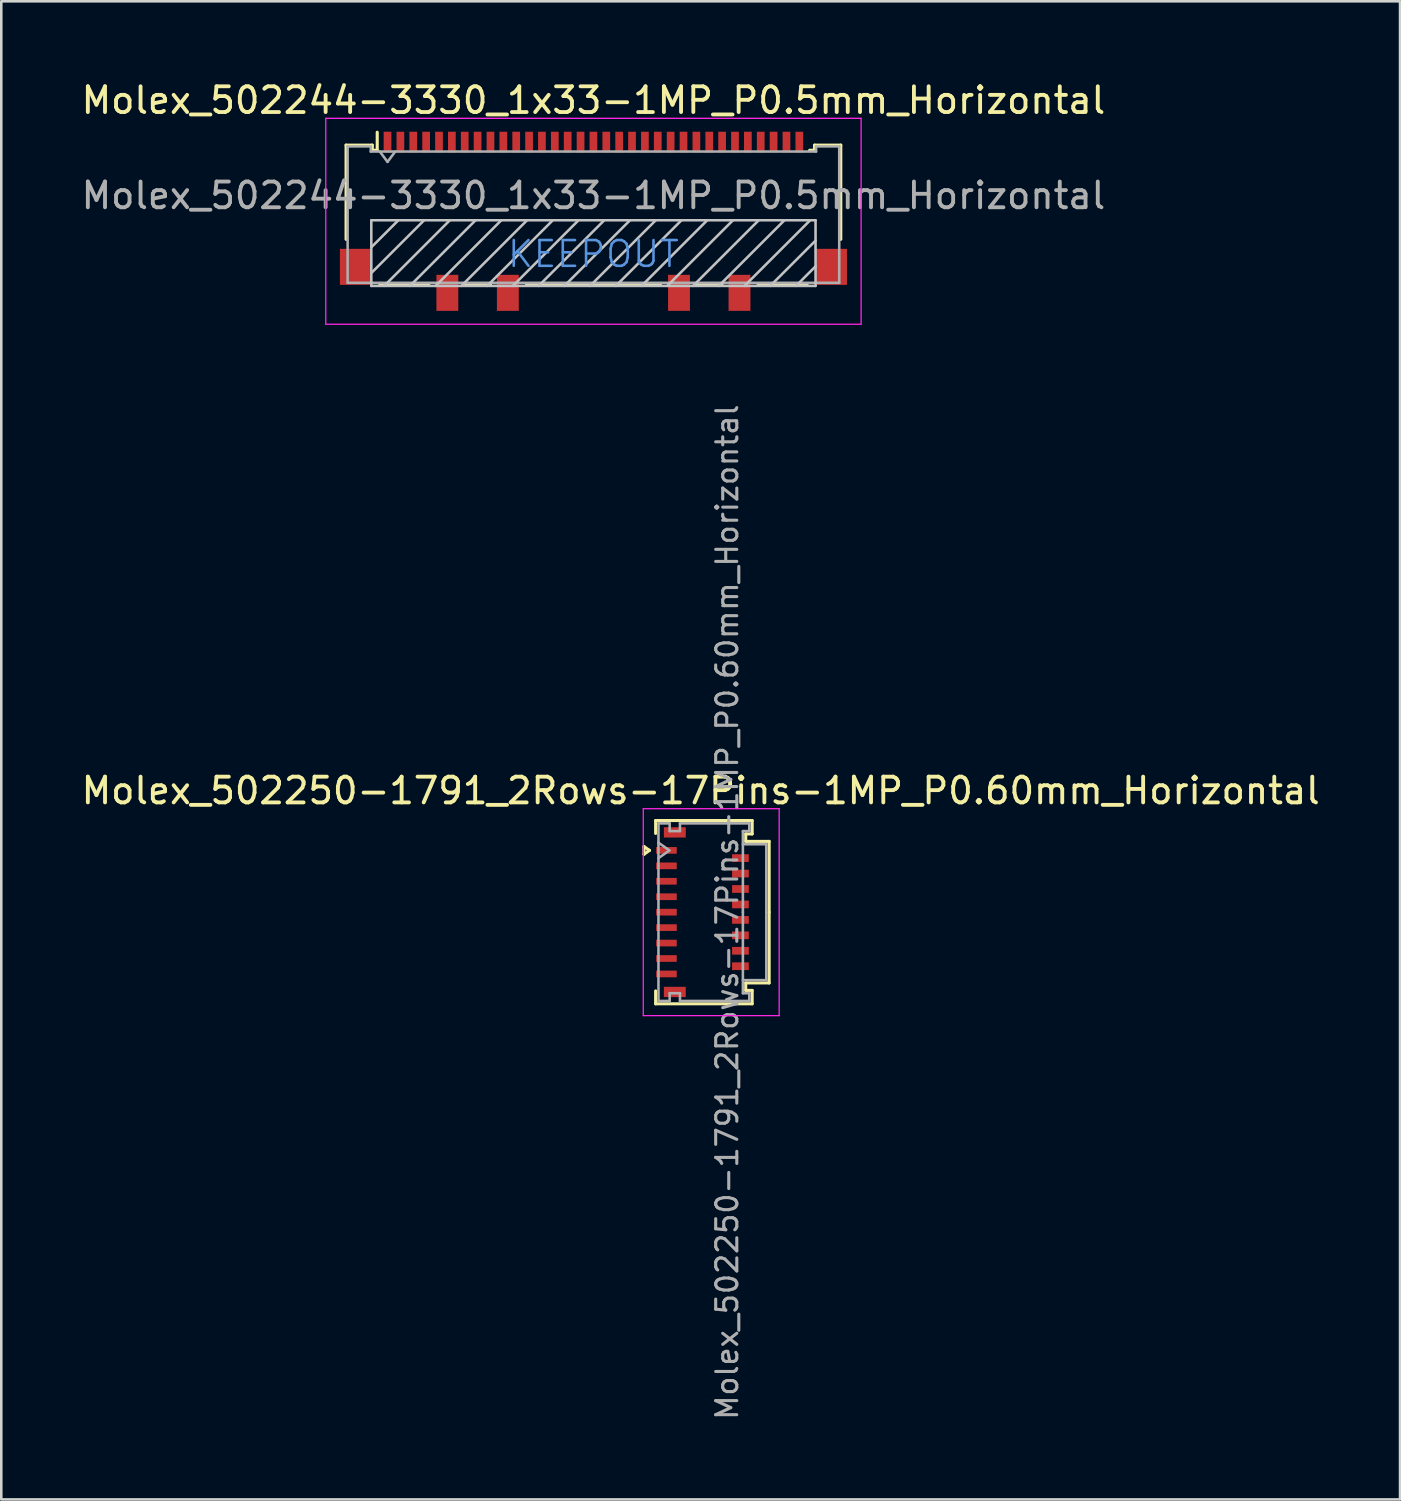
<source format=kicad_pcb>
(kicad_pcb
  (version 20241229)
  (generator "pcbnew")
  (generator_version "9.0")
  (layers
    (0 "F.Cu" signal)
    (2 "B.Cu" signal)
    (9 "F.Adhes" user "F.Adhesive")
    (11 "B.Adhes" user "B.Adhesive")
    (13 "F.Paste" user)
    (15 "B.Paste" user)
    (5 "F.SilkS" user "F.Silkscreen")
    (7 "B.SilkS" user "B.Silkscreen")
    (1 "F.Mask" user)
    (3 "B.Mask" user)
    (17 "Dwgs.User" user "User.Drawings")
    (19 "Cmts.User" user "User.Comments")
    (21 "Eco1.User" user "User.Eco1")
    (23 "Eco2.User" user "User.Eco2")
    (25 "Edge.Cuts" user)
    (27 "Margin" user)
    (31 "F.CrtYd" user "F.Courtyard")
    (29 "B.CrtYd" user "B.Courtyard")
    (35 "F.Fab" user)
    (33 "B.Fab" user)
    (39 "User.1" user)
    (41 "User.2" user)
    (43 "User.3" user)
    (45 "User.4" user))
  (footprint "Molex_502250-1791_2Rows-17Pins-1MP_P0.60mm_Horizontal"
    (layer "F.Cu")
    (at 24.243 32.39)
    (property "Reference" "Molex_502250-1791_2Rows-17Pins-1MP_P0.60mm_Horizontal" (at -0.07 -4.72 0) (layer "F.SilkS") (effects (font (size 1 1) (thickness 0.15))))
    (attr smd)
    (fp_line (start -2.272 -2.55) (end -2.06 -2.4) (stroke (width 0.12) (type solid)) (layer "F.SilkS"))
    (fp_line (start -2.272 -2.25) (end -2.272 -2.55) (stroke (width 0.12) (type solid)) (layer "F.SilkS"))
    (fp_line (start -2.06 -2.4) (end -2.272 -2.25) (stroke (width 0.12) (type solid)) (layer "F.SilkS"))
    (fp_line (start -1.82 -3.56) (end 1.93 -3.56) (stroke (width 0.12) (type solid)) (layer "F.SilkS"))
    (fp_line (start -1.82 -3.06) (end -1.82 -3.56) (stroke (width 0.12) (type solid)) (layer "F.SilkS"))
    (fp_line (start -1.82 3.06) (end -1.82 3.56) (stroke (width 0.12) (type solid)) (layer "F.SilkS"))
    (fp_line (start -1.82 3.56) (end 1.93 3.56) (stroke (width 0.12) (type solid)) (layer "F.SilkS"))
    (fp_line (start 1.68 -3.04) (end 1.68 -2.75) (stroke (width 0.12) (type solid)) (layer "F.SilkS"))
    (fp_line (start 1.68 -2.75) (end 2.59 -2.75) (stroke (width 0.12) (type solid)) (layer "F.SilkS"))
    (fp_line (start 1.68 2.75) (end 2.59 2.75) (stroke (width 0.12) (type solid)) (layer "F.SilkS"))
    (fp_line (start 1.68 3.04) (end 1.68 2.75) (stroke (width 0.12) (type solid)) (layer "F.SilkS"))
    (fp_line (start 1.93 -3.56) (end 1.93 -3.04) (stroke (width 0.12) (type solid)) (layer "F.SilkS"))
    (fp_line (start 1.93 -3.04) (end 1.68 -3.04) (stroke (width 0.12) (type solid)) (layer "F.SilkS"))
    (fp_line (start 1.93 3.04) (end 1.68 3.04) (stroke (width 0.12) (type solid)) (layer "F.SilkS"))
    (fp_line (start 1.93 3.56) (end 1.93 3.04) (stroke (width 0.12) (type solid)) (layer "F.SilkS"))
    (fp_line (start 2.59 -2.75) (end 2.59 0) (stroke (width 0.12) (type solid)) (layer "F.SilkS"))
    (fp_line (start 2.59 2.75) (end 2.59 0) (stroke (width 0.12) (type solid)) (layer "F.SilkS"))
    (fp_line (start -2.3 -4.02) (end -2.3 4.02) (stroke (width 0.05) (type solid)) (layer "F.CrtYd"))
    (fp_line (start -2.3 4.02) (end 2.98 4.02) (stroke (width 0.05) (type solid)) (layer "F.CrtYd"))
    (fp_line (start 2.98 -4.02) (end -2.3 -4.02) (stroke (width 0.05) (type solid)) (layer "F.CrtYd"))
    (fp_line (start 2.98 4.02) (end 2.98 -4.02) (stroke (width 0.05) (type solid)) (layer "F.CrtYd"))
    (fp_line (start -1.71 -3.45) (end -1.275 -3.45) (stroke (width 0.1) (type solid)) (layer "F.Fab"))
    (fp_line (start -1.71 -2.7) (end -1.286 -2.4) (stroke (width 0.1) (type solid)) (layer "F.Fab"))
    (fp_line (start -1.71 0) (end -1.71 -3.45) (stroke (width 0.1) (type solid)) (layer "F.Fab"))
    (fp_line (start -1.71 0) (end -1.71 3.45) (stroke (width 0.1) (type solid)) (layer "F.Fab"))
    (fp_line (start -1.71 3.45) (end -1.275 3.45) (stroke (width 0.1) (type solid)) (layer "F.Fab"))
    (fp_line (start -1.286 -2.4) (end -1.71 -2.1) (stroke (width 0.1) (type solid)) (layer "F.Fab"))
    (fp_line (start -1.275 -3.45) (end -1.275 -3.15) (stroke (width 0.1) (type solid)) (layer "F.Fab"))
    (fp_line (start -1.275 -3.15) (end -0.875 -3.15) (stroke (width 0.1) (type solid)) (layer "F.Fab"))
    (fp_line (start -1.275 3.15) (end -0.875 3.15) (stroke (width 0.1) (type solid)) (layer "F.Fab"))
    (fp_line (start -1.275 3.45) (end -1.275 3.15) (stroke (width 0.1) (type solid)) (layer "F.Fab"))
    (fp_line (start -0.875 -3.45) (end 1.82 -3.45) (stroke (width 0.1) (type solid)) (layer "F.Fab"))
    (fp_line (start -0.875 -3.15) (end -0.875 -3.45) (stroke (width 0.1) (type solid)) (layer "F.Fab"))
    (fp_line (start -0.875 3.15) (end -0.875 3.45) (stroke (width 0.1) (type solid)) (layer "F.Fab"))
    (fp_line (start -0.875 3.45) (end 1.82 3.45) (stroke (width 0.1) (type solid)) (layer "F.Fab"))
    (fp_line (start 1.57 -3.15) (end 1.57 0) (stroke (width 0.1) (type solid)) (layer "F.Fab"))
    (fp_line (start 1.57 -2.64) (end 2.48 -2.64) (stroke (width 0.1) (type solid)) (layer "F.Fab"))
    (fp_line (start 1.57 3.15) (end 1.57 0) (stroke (width 0.1) (type solid)) (layer "F.Fab"))
    (fp_line (start 1.82 -3.45) (end 1.82 -3.15) (stroke (width 0.1) (type solid)) (layer "F.Fab"))
    (fp_line (start 1.82 -3.15) (end 1.57 -3.15) (stroke (width 0.1) (type solid)) (layer "F.Fab"))
    (fp_line (start 1.82 3.15) (end 1.57 3.15) (stroke (width 0.1) (type solid)) (layer "F.Fab"))
    (fp_line (start 1.82 3.45) (end 1.82 3.15) (stroke (width 0.1) (type solid)) (layer "F.Fab"))
    (fp_line (start 2.48 -2.64) (end 2.48 2.64) (stroke (width 0.1) (type solid)) (layer "F.Fab"))
    (fp_line (start 2.48 2.64) (end 1.57 2.64) (stroke (width 0.1) (type solid)) (layer "F.Fab"))
    (fp_text user "${REFERENCE}" (at 0.96 0 90) (layer "F.Fab") (effects (font (size 0.82 0.82) (thickness 0.12))))
    (pad "1" smd rect (at -1.4 -2.4) (size 0.8 0.26) (layers "F.Cu" "F.Mask" "F.Paste"))
    (pad "2" smd rect (at 1.475 -2.1) (size 0.65 0.3) (layers "F.Cu" "F.Mask" "F.Paste"))
    (pad "3" smd rect (at -1.4 -1.8) (size 0.8 0.26) (layers "F.Cu" "F.Mask" "F.Paste"))
    (pad "4" smd rect (at 1.475 -1.5) (size 0.65 0.3) (layers "F.Cu" "F.Mask" "F.Paste"))
    (pad "5" smd rect (at -1.4 -1.2) (size 0.8 0.26) (layers "F.Cu" "F.Mask" "F.Paste"))
    (pad "6" smd rect (at 1.475 -0.9) (size 0.65 0.3) (layers "F.Cu" "F.Mask" "F.Paste"))
    (pad "7" smd rect (at -1.4 -0.6) (size 0.8 0.26) (layers "F.Cu" "F.Mask" "F.Paste"))
    (pad "8" smd rect (at 1.475 -0.3) (size 0.65 0.3) (layers "F.Cu" "F.Mask" "F.Paste"))
    (pad "9" smd rect (at -1.4 0) (size 0.8 0.26) (layers "F.Cu" "F.Mask" "F.Paste"))
    (pad "10" smd rect (at 1.475 0.3) (size 0.65 0.3) (layers "F.Cu" "F.Mask" "F.Paste"))
    (pad "11" smd rect (at -1.4 0.6) (size 0.8 0.26) (layers "F.Cu" "F.Mask" "F.Paste"))
    (pad "12" smd rect (at 1.475 0.9) (size 0.65 0.3) (layers "F.Cu" "F.Mask" "F.Paste"))
    (pad "13" smd rect (at -1.4 1.2) (size 0.8 0.26) (layers "F.Cu" "F.Mask" "F.Paste"))
    (pad "14" smd rect (at 1.475 1.5) (size 0.65 0.3) (layers "F.Cu" "F.Mask" "F.Paste"))
    (pad "15" smd rect (at -1.4 1.8) (size 0.8 0.26) (layers "F.Cu" "F.Mask" "F.Paste"))
    (pad "16" smd rect (at 1.475 2.1) (size 0.65 0.3) (layers "F.Cu" "F.Mask" "F.Paste"))
    (pad "17" smd rect (at -1.4 2.4) (size 0.8 0.26) (layers "F.Cu" "F.Mask" "F.Paste"))
    (pad "MP" smd rect (at -1.075 -3.1) (size 0.85 0.4) (layers "F.Cu" "F.Mask" "F.Paste"))
    (pad "MP" smd rect (at -1.075 3.1) (size 0.85 0.4) (layers "F.Cu" "F.Mask" "F.Paste")))
  (footprint "Molex_502244-3330_1x33-1MP_P0.5mm_Horizontal"
    (layer "F.Cu")
    (at 20.006 5.548)
    (property "Reference" "Molex_502244-3330_1x33-1MP_P0.5mm_Horizontal" (at 0 -4.7 0) (layer "F.SilkS") (effects (font (size 1 1) (thickness 0.15))))
    (attr smd)
    (fp_line (start -9.61 -2.96) (end -8.6 -2.96) (stroke (width 0.12) (type solid)) (layer "F.SilkS"))
    (fp_line (start -9.61 0.7) (end -9.61 -2.96) (stroke (width 0.12) (type solid)) (layer "F.SilkS"))
    (fp_line (start -8.59 -2.76) (end -8.59 -2.96) (stroke (width 0.12) (type solid)) (layer "F.SilkS"))
    (fp_line (start -8.59 -2.76) (end -8.4 -2.76) (stroke (width 0.12) (type solid)) (layer "F.SilkS"))
    (fp_line (start -8.4 -2.76) (end -8.4 -3.46) (stroke (width 0.12) (type solid)) (layer "F.SilkS"))
    (fp_line (start -8.3 2.45) (end -6.4 2.45) (stroke (width 0.12) (type solid)) (layer "F.SilkS"))
    (fp_line (start -4 2.45) (end -5 2.45) (stroke (width 0.12) (type solid)) (layer "F.SilkS"))
    (fp_line (start -2.6 2.45) (end 2.6 2.45) (stroke (width 0.12) (type solid)) (layer "F.SilkS"))
    (fp_line (start 4 2.45) (end 5 2.45) (stroke (width 0.12) (type solid)) (layer "F.SilkS"))
    (fp_line (start 6.4 2.45) (end 8.3 2.45) (stroke (width 0.12) (type solid)) (layer "F.SilkS"))
    (fp_line (start 8.59 -2.96) (end 8.59 -2.76) (stroke (width 0.12) (type solid)) (layer "F.SilkS"))
    (fp_line (start 8.59 -2.76) (end 8.4 -2.76) (stroke (width 0.12) (type solid)) (layer "F.SilkS"))
    (fp_line (start 8.6 -2.96) (end 9.61 -2.96) (stroke (width 0.12) (type solid)) (layer "F.SilkS"))
    (fp_line (start 9.61 -2.96) (end 9.61 0.7) (stroke (width 0.12) (type solid)) (layer "F.SilkS"))
    (fp_line (start -8.63 -0.04) (end -8.63 2.51) (stroke (width 0.1) (type solid)) (layer "Dwgs.User"))
    (fp_line (start -8.63 1.01) (end -7.58 -0.04) (stroke (width 0.1) (type solid)) (layer "Dwgs.User"))
    (fp_line (start -8.63 2.01) (end -6.58 -0.04) (stroke (width 0.1) (type solid)) (layer "Dwgs.User"))
    (fp_line (start -8.63 2.51) (end 8.63 2.51) (stroke (width 0.1) (type solid)) (layer "Dwgs.User"))
    (fp_line (start -8.13 2.51) (end -5.58 -0.04) (stroke (width 0.1) (type solid)) (layer "Dwgs.User"))
    (fp_line (start -7.13 2.51) (end -4.58 -0.04) (stroke (width 0.1) (type solid)) (layer "Dwgs.User"))
    (fp_line (start -6.13 2.51) (end -3.58 -0.04) (stroke (width 0.1) (type solid)) (layer "Dwgs.User"))
    (fp_line (start -5.13 2.51) (end -2.58 -0.04) (stroke (width 0.1) (type solid)) (layer "Dwgs.User"))
    (fp_line (start -4.13 2.51) (end -1.58 -0.04) (stroke (width 0.1) (type solid)) (layer "Dwgs.User"))
    (fp_line (start -3.13 2.51) (end -0.58 -0.04) (stroke (width 0.1) (type solid)) (layer "Dwgs.User"))
    (fp_line (start -2.13 2.51) (end 0.42 -0.04) (stroke (width 0.1) (type solid)) (layer "Dwgs.User"))
    (fp_line (start -1.13 2.51) (end 1.42 -0.04) (stroke (width 0.1) (type solid)) (layer "Dwgs.User"))
    (fp_line (start -0.13 2.51) (end 2.42 -0.04) (stroke (width 0.1) (type solid)) (layer "Dwgs.User"))
    (fp_line (start 0.87 2.51) (end 3.42 -0.04) (stroke (width 0.1) (type solid)) (layer "Dwgs.User"))
    (fp_line (start 1.87 2.51) (end 4.42 -0.04) (stroke (width 0.1) (type solid)) (layer "Dwgs.User"))
    (fp_line (start 2.87 2.51) (end 5.42 -0.04) (stroke (width 0.1) (type solid)) (layer "Dwgs.User"))
    (fp_line (start 3.87 2.51) (end 6.42 -0.04) (stroke (width 0.1) (type solid)) (layer "Dwgs.User"))
    (fp_line (start 4.87 2.51) (end 7.42 -0.04) (stroke (width 0.1) (type solid)) (layer "Dwgs.User"))
    (fp_line (start 5.87 2.51) (end 8.42 -0.04) (stroke (width 0.1) (type solid)) (layer "Dwgs.User"))
    (fp_line (start 6.87 2.51) (end 8.63 0.75) (stroke (width 0.1) (type solid)) (layer "Dwgs.User"))
    (fp_line (start 7.87 2.51) (end 8.63 1.75) (stroke (width 0.1) (type solid)) (layer "Dwgs.User"))
    (fp_line (start 8.63 -0.04) (end -8.63 -0.04) (stroke (width 0.1) (type solid)) (layer "Dwgs.User"))
    (fp_line (start 8.63 -0.04) (end 8.63 2.51) (stroke (width 0.1) (type solid)) (layer "Dwgs.User"))
    (fp_line (start -10.4 -4) (end 10.4 -4) (stroke (width 0.05) (type solid)) (layer "F.CrtYd"))
    (fp_line (start -10.4 4) (end -10.4 -4) (stroke (width 0.05) (type solid)) (layer "F.CrtYd"))
    (fp_line (start 10.4 -4) (end 10.4 4) (stroke (width 0.05) (type solid)) (layer "F.CrtYd"))
    (fp_line (start 10.4 4) (end -10.4 4) (stroke (width 0.05) (type solid)) (layer "F.CrtYd"))
    (fp_line (start -9.55 -2.91) (end -9.55 2.39) (stroke (width 0.1) (type solid)) (layer "F.Fab"))
    (fp_line (start -9.55 2.39) (end 9.55 2.39) (stroke (width 0.1) (type solid)) (layer "F.Fab"))
    (fp_line (start -8.65 -2.91) (end -9.55 -2.91) (stroke (width 0.1) (type solid)) (layer "F.Fab"))
    (fp_line (start -8.65 -2.71) (end -8.65 -2.91) (stroke (width 0.1) (type solid)) (layer "F.Fab"))
    (fp_line (start -8.3 -2.71) (end -8 -2.31) (stroke (width 0.1) (type solid)) (layer "F.Fab"))
    (fp_line (start -8 -2.31) (end -7.7 -2.71) (stroke (width 0.1) (type solid)) (layer "F.Fab"))
    (fp_line (start 8.65 -2.91) (end 8.65 -2.71) (stroke (width 0.1) (type solid)) (layer "F.Fab"))
    (fp_line (start 8.65 -2.71) (end -8.65 -2.71) (stroke (width 0.1) (type solid)) (layer "F.Fab"))
    (fp_line (start 9.55 -2.91) (end 8.65 -2.91) (stroke (width 0.1) (type solid)) (layer "F.Fab"))
    (fp_line (start 9.55 -2.91) (end 9.55 2.39) (stroke (width 0.1) (type solid)) (layer "F.Fab"))
    (fp_text user "KEEPOUT" (at 0 1.271 0) (layer "Cmts.User") (effects (font (size 1 1) (thickness 0.1))))
    (fp_text user "${REFERENCE}" (at 0 -1 0) (layer "F.Fab") (effects (font (size 1 1) (thickness 0.15))))
    (pad "1" smd rect (at -8 -3.08) (size 0.3 0.8) (layers "F.Cu" "F.Mask" "F.Paste"))
    (pad "2" smd rect (at -7.5 -3.08) (size 0.3 0.8) (layers "F.Cu" "F.Mask" "F.Paste"))
    (pad "3" smd rect (at -7 -3.08) (size 0.3 0.8) (layers "F.Cu" "F.Mask" "F.Paste"))
    (pad "4" smd rect (at -6.5 -3.08) (size 0.3 0.8) (layers "F.Cu" "F.Mask" "F.Paste"))
    (pad "5" smd rect (at -6 -3.08) (size 0.3 0.8) (layers "F.Cu" "F.Mask" "F.Paste"))
    (pad "6" smd rect (at -5.5 -3.08) (size 0.3 0.8) (layers "F.Cu" "F.Mask" "F.Paste"))
    (pad "7" smd rect (at -5 -3.08) (size 0.3 0.8) (layers "F.Cu" "F.Mask" "F.Paste"))
    (pad "8" smd rect (at -4.5 -3.08) (size 0.3 0.8) (layers "F.Cu" "F.Mask" "F.Paste"))
    (pad "9" smd rect (at -4 -3.08) (size 0.3 0.8) (layers "F.Cu" "F.Mask" "F.Paste"))
    (pad "10" smd rect (at -3.5 -3.08) (size 0.3 0.8) (layers "F.Cu" "F.Mask" "F.Paste"))
    (pad "11" smd rect (at -3 -3.08) (size 0.3 0.8) (layers "F.Cu" "F.Mask" "F.Paste"))
    (pad "12" smd rect (at -2.5 -3.08) (size 0.3 0.8) (layers "F.Cu" "F.Mask" "F.Paste"))
    (pad "13" smd rect (at -2 -3.08) (size 0.3 0.8) (layers "F.Cu" "F.Mask" "F.Paste"))
    (pad "14" smd rect (at -1.5 -3.08) (size 0.3 0.8) (layers "F.Cu" "F.Mask" "F.Paste"))
    (pad "15" smd rect (at -1 -3.08) (size 0.3 0.8) (layers "F.Cu" "F.Mask" "F.Paste"))
    (pad "16" smd rect (at -0.5 -3.08) (size 0.3 0.8) (layers "F.Cu" "F.Mask" "F.Paste"))
    (pad "17" smd rect (at 0 -3.08) (size 0.3 0.8) (layers "F.Cu" "F.Mask" "F.Paste"))
    (pad "18" smd rect (at 0.5 -3.08) (size 0.3 0.8) (layers "F.Cu" "F.Mask" "F.Paste"))
    (pad "19" smd rect (at 1 -3.08) (size 0.3 0.8) (layers "F.Cu" "F.Mask" "F.Paste"))
    (pad "20" smd rect (at 1.5 -3.08) (size 0.3 0.8) (layers "F.Cu" "F.Mask" "F.Paste"))
    (pad "21" smd rect (at 2 -3.08) (size 0.3 0.8) (layers "F.Cu" "F.Mask" "F.Paste"))
    (pad "22" smd rect (at 2.5 -3.08) (size 0.3 0.8) (layers "F.Cu" "F.Mask" "F.Paste"))
    (pad "23" smd rect (at 3 -3.08) (size 0.3 0.8) (layers "F.Cu" "F.Mask" "F.Paste"))
    (pad "24" smd rect (at 3.5 -3.08) (size 0.3 0.8) (layers "F.Cu" "F.Mask" "F.Paste"))
    (pad "25" smd rect (at 4 -3.08) (size 0.3 0.8) (layers "F.Cu" "F.Mask" "F.Paste"))
    (pad "26" smd rect (at 4.5 -3.08) (size 0.3 0.8) (layers "F.Cu" "F.Mask" "F.Paste"))
    (pad "27" smd rect (at 5 -3.08) (size 0.3 0.8) (layers "F.Cu" "F.Mask" "F.Paste"))
    (pad "28" smd rect (at 5.5 -3.08) (size 0.3 0.8) (layers "F.Cu" "F.Mask" "F.Paste"))
    (pad "29" smd rect (at 6 -3.08) (size 0.3 0.8) (layers "F.Cu" "F.Mask" "F.Paste"))
    (pad "30" smd rect (at 6.5 -3.08) (size 0.3 0.8) (layers "F.Cu" "F.Mask" "F.Paste"))
    (pad "31" smd rect (at 7 -3.08) (size 0.3 0.8) (layers "F.Cu" "F.Mask" "F.Paste"))
    (pad "32" smd rect (at 7.5 -3.08) (size 0.3 0.8) (layers "F.Cu" "F.Mask" "F.Paste"))
    (pad "33" smd rect (at 8 -3.08) (size 0.3 0.8) (layers "F.Cu" "F.Mask" "F.Paste"))
    (pad "MP" smd rect (at -9.24 1.77) (size 1.22 1.4) (layers "F.Cu" "F.Mask" "F.Paste"))
    (pad "MP" smd rect (at -5.675 2.78) (size 0.85 1.4) (layers "F.Cu" "F.Mask" "F.Paste"))
    (pad "MP" smd rect (at -3.325 2.78) (size 0.85 1.4) (layers "F.Cu" "F.Mask" "F.Paste"))
    (pad "MP" smd rect (at 3.325 2.78) (size 0.85 1.4) (layers "F.Cu" "F.Mask" "F.Paste"))
    (pad "MP" smd rect (at 5.675 2.78) (size 0.85 1.4) (layers "F.Cu" "F.Mask" "F.Paste"))
    (pad "MP" smd rect (at 9.24 1.77) (size 1.22 1.4) (layers "F.Cu" "F.Mask" "F.Paste")))
  (gr_rect
    (start -3 -3)
    (end 51.345 55.207)
    (stroke (width 0.1) (type default))
    (fill no)
    (layer "Edge.Cuts")))
</source>
